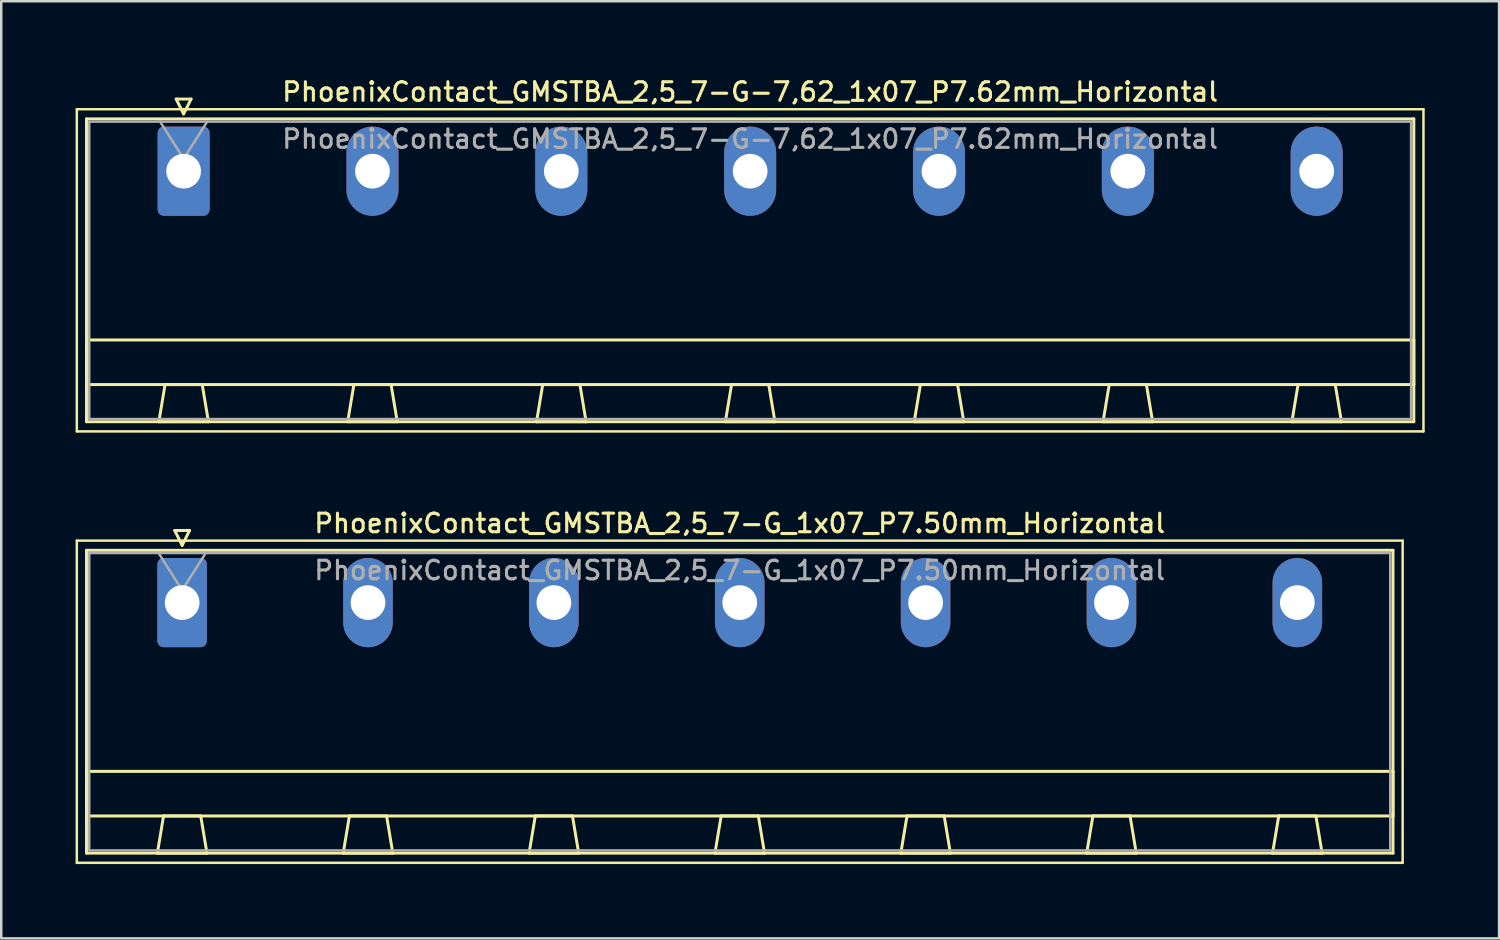
<source format=kicad_pcb>
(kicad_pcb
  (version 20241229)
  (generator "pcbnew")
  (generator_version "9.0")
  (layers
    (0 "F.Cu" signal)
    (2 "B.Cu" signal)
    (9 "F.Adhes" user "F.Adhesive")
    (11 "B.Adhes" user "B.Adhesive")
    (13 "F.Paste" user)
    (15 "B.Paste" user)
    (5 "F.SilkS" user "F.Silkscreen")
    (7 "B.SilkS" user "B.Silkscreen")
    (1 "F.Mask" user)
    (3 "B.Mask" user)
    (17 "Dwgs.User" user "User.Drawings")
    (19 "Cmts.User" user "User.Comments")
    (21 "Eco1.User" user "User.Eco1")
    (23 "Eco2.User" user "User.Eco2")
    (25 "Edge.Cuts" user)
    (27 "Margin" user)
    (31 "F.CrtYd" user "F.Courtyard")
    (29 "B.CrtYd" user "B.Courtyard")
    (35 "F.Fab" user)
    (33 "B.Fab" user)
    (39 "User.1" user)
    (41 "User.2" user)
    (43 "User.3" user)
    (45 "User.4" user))
  (footprint "PhoenixContact_GMSTBA_2,5_7-G_1x07_P7.50mm_Horizontal"
    (layer "F.Cu")
    (at 4.3 21.266)
    (property "Reference" "PhoenixContact_GMSTBA_2,5_7-G_1x07_P7.50mm_Horizontal" (at 22.5 -3.2 0) (layer "F.SilkS") (effects (font (size 0.75 0.75) (thickness 0.125))))
    (attr through_hole)
    (fp_line (start -4.25 -2.5) (end -4.25 10.5) (stroke (width 0.1) (type solid)) (layer "F.SilkS"))
    (fp_line (start -4.25 10.5) (end 49.25 10.5) (stroke (width 0.1) (type solid)) (layer "F.SilkS"))
    (fp_line (start -3.86 -2.11) (end -3.86 10.11) (stroke (width 0.12) (type solid)) (layer "F.SilkS"))
    (fp_line (start -3.86 6.81) (end 48.86 6.81) (stroke (width 0.12) (type solid)) (layer "F.SilkS"))
    (fp_line (start -3.86 8.61) (end -3.86 6.81) (stroke (width 0.12) (type solid)) (layer "F.SilkS"))
    (fp_line (start -3.86 10.11) (end 48.86 10.11) (stroke (width 0.12) (type solid)) (layer "F.SilkS"))
    (fp_line (start -1 10.11) (end 1 10.11) (stroke (width 0.12) (type solid)) (layer "F.SilkS"))
    (fp_line (start -0.75 8.61) (end -1 10.11) (stroke (width 0.12) (type solid)) (layer "F.SilkS"))
    (fp_line (start -0.3 -2.91) (end 0.3 -2.91) (stroke (width 0.12) (type solid)) (layer "F.SilkS"))
    (fp_line (start 0 -2.31) (end -0.3 -2.91) (stroke (width 0.12) (type solid)) (layer "F.SilkS"))
    (fp_line (start 0.3 -2.91) (end 0 -2.31) (stroke (width 0.12) (type solid)) (layer "F.SilkS"))
    (fp_line (start 0.75 8.61) (end -0.75 8.61) (stroke (width 0.12) (type solid)) (layer "F.SilkS"))
    (fp_line (start 1 10.11) (end 0.75 8.61) (stroke (width 0.12) (type solid)) (layer "F.SilkS"))
    (fp_line (start 6.5 10.11) (end 8.5 10.11) (stroke (width 0.12) (type solid)) (layer "F.SilkS"))
    (fp_line (start 6.75 8.61) (end 6.5 10.11) (stroke (width 0.12) (type solid)) (layer "F.SilkS"))
    (fp_line (start 8.25 8.61) (end 6.75 8.61) (stroke (width 0.12) (type solid)) (layer "F.SilkS"))
    (fp_line (start 8.5 10.11) (end 8.25 8.61) (stroke (width 0.12) (type solid)) (layer "F.SilkS"))
    (fp_line (start 14 10.11) (end 16 10.11) (stroke (width 0.12) (type solid)) (layer "F.SilkS"))
    (fp_line (start 14.25 8.61) (end 14 10.11) (stroke (width 0.12) (type solid)) (layer "F.SilkS"))
    (fp_line (start 15.75 8.61) (end 14.25 8.61) (stroke (width 0.12) (type solid)) (layer "F.SilkS"))
    (fp_line (start 16 10.11) (end 15.75 8.61) (stroke (width 0.12) (type solid)) (layer "F.SilkS"))
    (fp_line (start 21.5 10.11) (end 23.5 10.11) (stroke (width 0.12) (type solid)) (layer "F.SilkS"))
    (fp_line (start 21.75 8.61) (end 21.5 10.11) (stroke (width 0.12) (type solid)) (layer "F.SilkS"))
    (fp_line (start 23.25 8.61) (end 21.75 8.61) (stroke (width 0.12) (type solid)) (layer "F.SilkS"))
    (fp_line (start 23.5 10.11) (end 23.25 8.61) (stroke (width 0.12) (type solid)) (layer "F.SilkS"))
    (fp_line (start 29 10.11) (end 31 10.11) (stroke (width 0.12) (type solid)) (layer "F.SilkS"))
    (fp_line (start 29.25 8.61) (end 29 10.11) (stroke (width 0.12) (type solid)) (layer "F.SilkS"))
    (fp_line (start 30.75 8.61) (end 29.25 8.61) (stroke (width 0.12) (type solid)) (layer "F.SilkS"))
    (fp_line (start 31 10.11) (end 30.75 8.61) (stroke (width 0.12) (type solid)) (layer "F.SilkS"))
    (fp_line (start 36.5 10.11) (end 38.5 10.11) (stroke (width 0.12) (type solid)) (layer "F.SilkS"))
    (fp_line (start 36.75 8.61) (end 36.5 10.11) (stroke (width 0.12) (type solid)) (layer "F.SilkS"))
    (fp_line (start 38.25 8.61) (end 36.75 8.61) (stroke (width 0.12) (type solid)) (layer "F.SilkS"))
    (fp_line (start 38.5 10.11) (end 38.25 8.61) (stroke (width 0.12) (type solid)) (layer "F.SilkS"))
    (fp_line (start 44 10.11) (end 46 10.11) (stroke (width 0.12) (type solid)) (layer "F.SilkS"))
    (fp_line (start 44.25 8.61) (end 44 10.11) (stroke (width 0.12) (type solid)) (layer "F.SilkS"))
    (fp_line (start 45.75 8.61) (end 44.25 8.61) (stroke (width 0.12) (type solid)) (layer "F.SilkS"))
    (fp_line (start 46 10.11) (end 45.75 8.61) (stroke (width 0.12) (type solid)) (layer "F.SilkS"))
    (fp_line (start 48.86 -2.11) (end -3.86 -2.11) (stroke (width 0.12) (type solid)) (layer "F.SilkS"))
    (fp_line (start 48.86 6.81) (end 48.86 8.61) (stroke (width 0.12) (type solid)) (layer "F.SilkS"))
    (fp_line (start 48.86 8.61) (end -3.86 8.61) (stroke (width 0.12) (type solid)) (layer "F.SilkS"))
    (fp_line (start 48.86 10.11) (end 48.86 -2.11) (stroke (width 0.12) (type solid)) (layer "F.SilkS"))
    (fp_line (start 49.25 -2.5) (end -4.25 -2.5) (stroke (width 0.1) (type solid)) (layer "F.SilkS"))
    (fp_line (start 49.25 10.5) (end 49.25 -2.5) (stroke (width 0.1) (type solid)) (layer "F.SilkS"))
    (fp_line (start -3.75 -2) (end -3.75 10) (stroke (width 0.1) (type solid)) (layer "F.Fab"))
    (fp_line (start -3.75 10) (end 48.75 10) (stroke (width 0.1) (type solid)) (layer "F.Fab"))
    (fp_line (start 0 -0.5) (end -0.95 -2) (stroke (width 0.1) (type solid)) (layer "F.Fab"))
    (fp_line (start 0.95 -2) (end 0 -0.5) (stroke (width 0.1) (type solid)) (layer "F.Fab"))
    (fp_line (start 48.75 -2) (end -3.75 -2) (stroke (width 0.1) (type solid)) (layer "F.Fab"))
    (fp_line (start 48.75 10) (end 48.75 -2) (stroke (width 0.1) (type solid)) (layer "F.Fab"))
    (fp_text user "${REFERENCE}" (at 22.5 -1.3 0) (layer "F.Fab") (effects (font (size 0.75 0.75) (thickness 0.125))))
    (pad "1" thru_hole roundrect (at 0 0) (size 2 3.6) (drill 1.4) (layers "*.Cu" "*.Mask") (roundrect_rratio 0.125))
    (pad "2" thru_hole oval (at 7.5 0) (size 2 3.6) (drill 1.4) (layers "*.Cu" "*.Mask"))
    (pad "3" thru_hole oval (at 15 0) (size 2 3.6) (drill 1.4) (layers "*.Cu" "*.Mask"))
    (pad "4" thru_hole oval (at 22.5 0) (size 2 3.6) (drill 1.4) (layers "*.Cu" "*.Mask"))
    (pad "5" thru_hole oval (at 30 0) (size 2 3.6) (drill 1.4) (layers "*.Cu" "*.Mask"))
    (pad "6" thru_hole oval (at 37.5 0) (size 2 3.6) (drill 1.4) (layers "*.Cu" "*.Mask"))
    (pad "7" thru_hole oval (at 45 0) (size 2 3.6) (drill 1.4) (layers "*.Cu" "*.Mask")))
  (footprint "PhoenixContact_GMSTBA_2,5_7-G-7,62_1x07_P7.62mm_Horizontal"
    (layer "F.Cu")
    (at 4.36 3.858)
    (property "Reference" "PhoenixContact_GMSTBA_2,5_7-G-7,62_1x07_P7.62mm_Horizontal" (at 22.86 -3.2 0) (layer "F.SilkS") (effects (font (size 0.75 0.75) (thickness 0.125))))
    (attr through_hole)
    (fp_line (start -4.31 -2.5) (end -4.31 10.5) (stroke (width 0.1) (type solid)) (layer "F.SilkS"))
    (fp_line (start -4.31 10.5) (end 50.03 10.5) (stroke (width 0.1) (type solid)) (layer "F.SilkS"))
    (fp_line (start -3.92 -2.11) (end -3.92 10.11) (stroke (width 0.12) (type solid)) (layer "F.SilkS"))
    (fp_line (start -3.92 6.81) (end 49.64 6.81) (stroke (width 0.12) (type solid)) (layer "F.SilkS"))
    (fp_line (start -3.92 8.61) (end -3.92 6.81) (stroke (width 0.12) (type solid)) (layer "F.SilkS"))
    (fp_line (start -3.92 10.11) (end 49.64 10.11) (stroke (width 0.12) (type solid)) (layer "F.SilkS"))
    (fp_line (start -1 10.11) (end 1 10.11) (stroke (width 0.12) (type solid)) (layer "F.SilkS"))
    (fp_line (start -0.75 8.61) (end -1 10.11) (stroke (width 0.12) (type solid)) (layer "F.SilkS"))
    (fp_line (start -0.3 -2.91) (end 0.3 -2.91) (stroke (width 0.12) (type solid)) (layer "F.SilkS"))
    (fp_line (start 0 -2.31) (end -0.3 -2.91) (stroke (width 0.12) (type solid)) (layer "F.SilkS"))
    (fp_line (start 0.3 -2.91) (end 0 -2.31) (stroke (width 0.12) (type solid)) (layer "F.SilkS"))
    (fp_line (start 0.75 8.61) (end -0.75 8.61) (stroke (width 0.12) (type solid)) (layer "F.SilkS"))
    (fp_line (start 1 10.11) (end 0.75 8.61) (stroke (width 0.12) (type solid)) (layer "F.SilkS"))
    (fp_line (start 6.62 10.11) (end 8.62 10.11) (stroke (width 0.12) (type solid)) (layer "F.SilkS"))
    (fp_line (start 6.87 8.61) (end 6.62 10.11) (stroke (width 0.12) (type solid)) (layer "F.SilkS"))
    (fp_line (start 8.37 8.61) (end 6.87 8.61) (stroke (width 0.12) (type solid)) (layer "F.SilkS"))
    (fp_line (start 8.62 10.11) (end 8.37 8.61) (stroke (width 0.12) (type solid)) (layer "F.SilkS"))
    (fp_line (start 14.24 10.11) (end 16.24 10.11) (stroke (width 0.12) (type solid)) (layer "F.SilkS"))
    (fp_line (start 14.49 8.61) (end 14.24 10.11) (stroke (width 0.12) (type solid)) (layer "F.SilkS"))
    (fp_line (start 15.99 8.61) (end 14.49 8.61) (stroke (width 0.12) (type solid)) (layer "F.SilkS"))
    (fp_line (start 16.24 10.11) (end 15.99 8.61) (stroke (width 0.12) (type solid)) (layer "F.SilkS"))
    (fp_line (start 21.86 10.11) (end 23.86 10.11) (stroke (width 0.12) (type solid)) (layer "F.SilkS"))
    (fp_line (start 22.11 8.61) (end 21.86 10.11) (stroke (width 0.12) (type solid)) (layer "F.SilkS"))
    (fp_line (start 23.61 8.61) (end 22.11 8.61) (stroke (width 0.12) (type solid)) (layer "F.SilkS"))
    (fp_line (start 23.86 10.11) (end 23.61 8.61) (stroke (width 0.12) (type solid)) (layer "F.SilkS"))
    (fp_line (start 29.48 10.11) (end 31.48 10.11) (stroke (width 0.12) (type solid)) (layer "F.SilkS"))
    (fp_line (start 29.73 8.61) (end 29.48 10.11) (stroke (width 0.12) (type solid)) (layer "F.SilkS"))
    (fp_line (start 31.23 8.61) (end 29.73 8.61) (stroke (width 0.12) (type solid)) (layer "F.SilkS"))
    (fp_line (start 31.48 10.11) (end 31.23 8.61) (stroke (width 0.12) (type solid)) (layer "F.SilkS"))
    (fp_line (start 37.1 10.11) (end 39.1 10.11) (stroke (width 0.12) (type solid)) (layer "F.SilkS"))
    (fp_line (start 37.35 8.61) (end 37.1 10.11) (stroke (width 0.12) (type solid)) (layer "F.SilkS"))
    (fp_line (start 38.85 8.61) (end 37.35 8.61) (stroke (width 0.12) (type solid)) (layer "F.SilkS"))
    (fp_line (start 39.1 10.11) (end 38.85 8.61) (stroke (width 0.12) (type solid)) (layer "F.SilkS"))
    (fp_line (start 44.72 10.11) (end 46.72 10.11) (stroke (width 0.12) (type solid)) (layer "F.SilkS"))
    (fp_line (start 44.97 8.61) (end 44.72 10.11) (stroke (width 0.12) (type solid)) (layer "F.SilkS"))
    (fp_line (start 46.47 8.61) (end 44.97 8.61) (stroke (width 0.12) (type solid)) (layer "F.SilkS"))
    (fp_line (start 46.72 10.11) (end 46.47 8.61) (stroke (width 0.12) (type solid)) (layer "F.SilkS"))
    (fp_line (start 49.64 -2.11) (end -3.92 -2.11) (stroke (width 0.12) (type solid)) (layer "F.SilkS"))
    (fp_line (start 49.64 6.81) (end 49.64 8.61) (stroke (width 0.12) (type solid)) (layer "F.SilkS"))
    (fp_line (start 49.64 8.61) (end -3.92 8.61) (stroke (width 0.12) (type solid)) (layer "F.SilkS"))
    (fp_line (start 49.64 10.11) (end 49.64 -2.11) (stroke (width 0.12) (type solid)) (layer "F.SilkS"))
    (fp_line (start 50.03 -2.5) (end -4.31 -2.5) (stroke (width 0.1) (type solid)) (layer "F.SilkS"))
    (fp_line (start 50.03 10.5) (end 50.03 -2.5) (stroke (width 0.1) (type solid)) (layer "F.SilkS"))
    (fp_line (start -3.81 -2) (end -3.81 10) (stroke (width 0.1) (type solid)) (layer "F.Fab"))
    (fp_line (start -3.81 10) (end 49.53 10) (stroke (width 0.1) (type solid)) (layer "F.Fab"))
    (fp_line (start 0 -0.5) (end -0.95 -2) (stroke (width 0.1) (type solid)) (layer "F.Fab"))
    (fp_line (start 0.95 -2) (end 0 -0.5) (stroke (width 0.1) (type solid)) (layer "F.Fab"))
    (fp_line (start 49.53 -2) (end -3.81 -2) (stroke (width 0.1) (type solid)) (layer "F.Fab"))
    (fp_line (start 49.53 10) (end 49.53 -2) (stroke (width 0.1) (type solid)) (layer "F.Fab"))
    (fp_text user "${REFERENCE}" (at 22.86 -1.3 0) (layer "F.Fab") (effects (font (size 0.75 0.75) (thickness 0.125))))
    (pad "1" thru_hole roundrect (at 0 0) (size 2.1 3.6) (drill 1.4) (layers "*.Cu" "*.Mask") (roundrect_rratio 0.119))
    (pad "2" thru_hole oval (at 7.62 0) (size 2.1 3.6) (drill 1.4) (layers "*.Cu" "*.Mask"))
    (pad "3" thru_hole oval (at 15.24 0) (size 2.1 3.6) (drill 1.4) (layers "*.Cu" "*.Mask"))
    (pad "4" thru_hole oval (at 22.86 0) (size 2.1 3.6) (drill 1.4) (layers "*.Cu" "*.Mask"))
    (pad "5" thru_hole oval (at 30.48 0) (size 2.1 3.6) (drill 1.4) (layers "*.Cu" "*.Mask"))
    (pad "6" thru_hole oval (at 38.1 0) (size 2.1 3.6) (drill 1.4) (layers "*.Cu" "*.Mask"))
    (pad "7" thru_hole oval (at 45.72 0) (size 2.1 3.6) (drill 1.4) (layers "*.Cu" "*.Mask")))
  (gr_rect
    (start -3 -3)
    (end 57.44 34.816)
    (stroke (width 0.1) (type default))
    (fill no)
    (layer "Edge.Cuts")))
</source>
